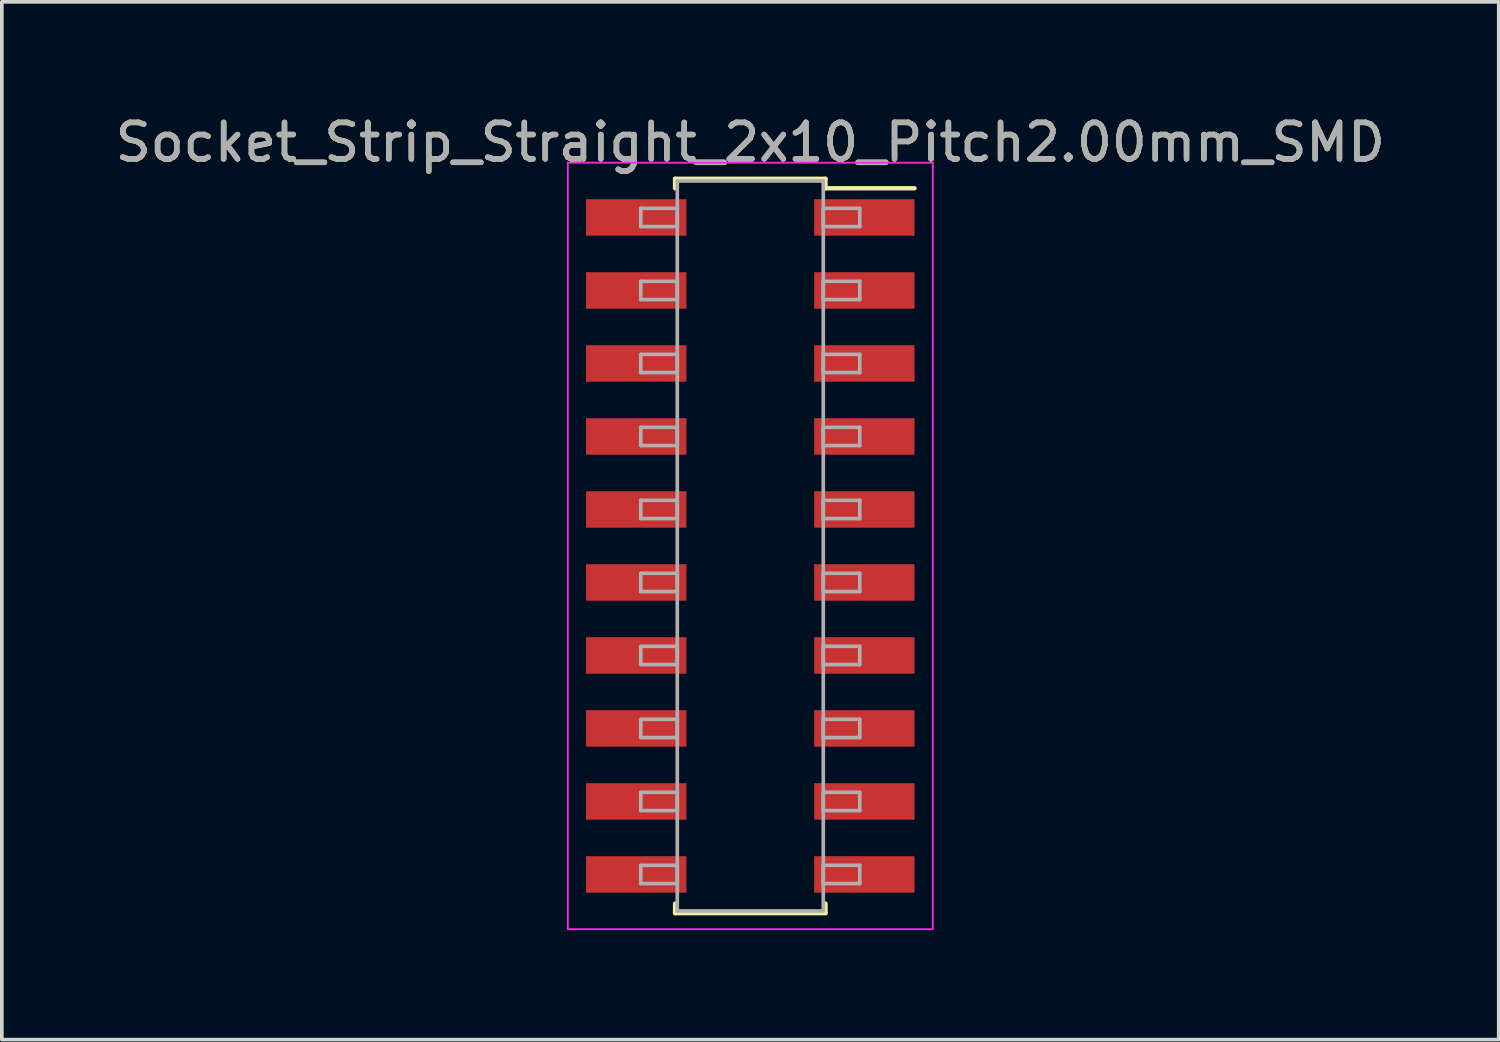
<source format=kicad_pcb>
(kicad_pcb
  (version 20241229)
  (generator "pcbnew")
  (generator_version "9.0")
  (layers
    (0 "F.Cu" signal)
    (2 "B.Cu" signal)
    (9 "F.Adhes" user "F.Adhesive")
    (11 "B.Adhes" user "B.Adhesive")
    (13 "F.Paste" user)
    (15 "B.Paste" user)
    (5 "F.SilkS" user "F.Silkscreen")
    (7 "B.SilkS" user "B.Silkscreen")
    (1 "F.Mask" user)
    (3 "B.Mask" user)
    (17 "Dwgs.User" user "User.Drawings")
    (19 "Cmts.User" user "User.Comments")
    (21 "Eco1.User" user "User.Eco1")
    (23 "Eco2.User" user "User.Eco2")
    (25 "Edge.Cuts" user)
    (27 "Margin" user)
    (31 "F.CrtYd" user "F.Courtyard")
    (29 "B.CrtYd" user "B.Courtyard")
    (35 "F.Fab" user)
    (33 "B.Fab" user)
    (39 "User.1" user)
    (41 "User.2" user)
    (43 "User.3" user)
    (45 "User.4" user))
  (footprint "Socket_Strip_Straight_2x10_Pitch2.00mm_SMD"
    (layer "F.Cu")
    (at 17.506 11.908)
    (property "Reference" "Socket_Strip_Straight_2x10_Pitch2.00mm_SMD" (at 0 -11.06 0) (layer "F.SilkS") (effects (font (size 1 1) (thickness 0.15))))
    (attr smd)
    (fp_line (start -2.06 -10.06) (end 2.06 -10.06) (stroke (width 0.12) (type solid)) (layer "F.SilkS"))
    (fp_line (start -2.06 -9.8) (end -2.06 -10.06) (stroke (width 0.12) (type solid)) (layer "F.SilkS"))
    (fp_line (start -2.06 9.8) (end -2.06 10.06) (stroke (width 0.12) (type solid)) (layer "F.SilkS"))
    (fp_line (start -2.06 10.06) (end 2.06 10.06) (stroke (width 0.12) (type solid)) (layer "F.SilkS"))
    (fp_line (start 2.06 -10.06) (end 2.06 -9.8) (stroke (width 0.12) (type solid)) (layer "F.SilkS"))
    (fp_line (start 2.06 10.06) (end 2.06 9.8) (stroke (width 0.12) (type solid)) (layer "F.SilkS"))
    (fp_line (start 4.5 -9.8) (end 2.06 -9.8) (stroke (width 0.12) (type solid)) (layer "F.SilkS"))
    (fp_line (start -5 -10.5) (end -5 10.5) (stroke (width 0.05) (type solid)) (layer "F.CrtYd"))
    (fp_line (start -5 10.5) (end 5 10.5) (stroke (width 0.05) (type solid)) (layer "F.CrtYd"))
    (fp_line (start 5 -10.5) (end -5 -10.5) (stroke (width 0.05) (type solid)) (layer "F.CrtYd"))
    (fp_line (start 5 10.5) (end 5 -10.5) (stroke (width 0.05) (type solid)) (layer "F.CrtYd"))
    (fp_line (start -3 -9.25) (end -2 -9.25) (stroke (width 0.1) (type solid)) (layer "F.Fab"))
    (fp_line (start -3 -8.75) (end -3 -9.25) (stroke (width 0.1) (type solid)) (layer "F.Fab"))
    (fp_line (start -3 -7.25) (end -2 -7.25) (stroke (width 0.1) (type solid)) (layer "F.Fab"))
    (fp_line (start -3 -6.75) (end -3 -7.25) (stroke (width 0.1) (type solid)) (layer "F.Fab"))
    (fp_line (start -3 -5.25) (end -2 -5.25) (stroke (width 0.1) (type solid)) (layer "F.Fab"))
    (fp_line (start -3 -4.75) (end -3 -5.25) (stroke (width 0.1) (type solid)) (layer "F.Fab"))
    (fp_line (start -3 -3.25) (end -2 -3.25) (stroke (width 0.1) (type solid)) (layer "F.Fab"))
    (fp_line (start -3 -2.75) (end -3 -3.25) (stroke (width 0.1) (type solid)) (layer "F.Fab"))
    (fp_line (start -3 -1.25) (end -2 -1.25) (stroke (width 0.1) (type solid)) (layer "F.Fab"))
    (fp_line (start -3 -0.75) (end -3 -1.25) (stroke (width 0.1) (type solid)) (layer "F.Fab"))
    (fp_line (start -3 0.75) (end -2 0.75) (stroke (width 0.1) (type solid)) (layer "F.Fab"))
    (fp_line (start -3 1.25) (end -3 0.75) (stroke (width 0.1) (type solid)) (layer "F.Fab"))
    (fp_line (start -3 2.75) (end -2 2.75) (stroke (width 0.1) (type solid)) (layer "F.Fab"))
    (fp_line (start -3 3.25) (end -3 2.75) (stroke (width 0.1) (type solid)) (layer "F.Fab"))
    (fp_line (start -3 4.75) (end -2 4.75) (stroke (width 0.1) (type solid)) (layer "F.Fab"))
    (fp_line (start -3 5.25) (end -3 4.75) (stroke (width 0.1) (type solid)) (layer "F.Fab"))
    (fp_line (start -3 6.75) (end -2 6.75) (stroke (width 0.1) (type solid)) (layer "F.Fab"))
    (fp_line (start -3 7.25) (end -3 6.75) (stroke (width 0.1) (type solid)) (layer "F.Fab"))
    (fp_line (start -3 8.75) (end -2 8.75) (stroke (width 0.1) (type solid)) (layer "F.Fab"))
    (fp_line (start -3 9.25) (end -3 8.75) (stroke (width 0.1) (type solid)) (layer "F.Fab"))
    (fp_line (start -2 -10) (end -2 10) (stroke (width 0.1) (type solid)) (layer "F.Fab"))
    (fp_line (start -2 -9.25) (end -2 -8.75) (stroke (width 0.1) (type solid)) (layer "F.Fab"))
    (fp_line (start -2 -8.75) (end -3 -8.75) (stroke (width 0.1) (type solid)) (layer "F.Fab"))
    (fp_line (start -2 -7.25) (end -2 -6.75) (stroke (width 0.1) (type solid)) (layer "F.Fab"))
    (fp_line (start -2 -6.75) (end -3 -6.75) (stroke (width 0.1) (type solid)) (layer "F.Fab"))
    (fp_line (start -2 -5.25) (end -2 -4.75) (stroke (width 0.1) (type solid)) (layer "F.Fab"))
    (fp_line (start -2 -4.75) (end -3 -4.75) (stroke (width 0.1) (type solid)) (layer "F.Fab"))
    (fp_line (start -2 -3.25) (end -2 -2.75) (stroke (width 0.1) (type solid)) (layer "F.Fab"))
    (fp_line (start -2 -2.75) (end -3 -2.75) (stroke (width 0.1) (type solid)) (layer "F.Fab"))
    (fp_line (start -2 -1.25) (end -2 -0.75) (stroke (width 0.1) (type solid)) (layer "F.Fab"))
    (fp_line (start -2 -0.75) (end -3 -0.75) (stroke (width 0.1) (type solid)) (layer "F.Fab"))
    (fp_line (start -2 0.75) (end -2 1.25) (stroke (width 0.1) (type solid)) (layer "F.Fab"))
    (fp_line (start -2 1.25) (end -3 1.25) (stroke (width 0.1) (type solid)) (layer "F.Fab"))
    (fp_line (start -2 2.75) (end -2 3.25) (stroke (width 0.1) (type solid)) (layer "F.Fab"))
    (fp_line (start -2 3.25) (end -3 3.25) (stroke (width 0.1) (type solid)) (layer "F.Fab"))
    (fp_line (start -2 4.75) (end -2 5.25) (stroke (width 0.1) (type solid)) (layer "F.Fab"))
    (fp_line (start -2 5.25) (end -3 5.25) (stroke (width 0.1) (type solid)) (layer "F.Fab"))
    (fp_line (start -2 6.75) (end -2 7.25) (stroke (width 0.1) (type solid)) (layer "F.Fab"))
    (fp_line (start -2 7.25) (end -3 7.25) (stroke (width 0.1) (type solid)) (layer "F.Fab"))
    (fp_line (start -2 8.75) (end -2 9.25) (stroke (width 0.1) (type solid)) (layer "F.Fab"))
    (fp_line (start -2 9.25) (end -3 9.25) (stroke (width 0.1) (type solid)) (layer "F.Fab"))
    (fp_line (start -2 10) (end 2 10) (stroke (width 0.1) (type solid)) (layer "F.Fab"))
    (fp_line (start 2 -10) (end -2 -10) (stroke (width 0.1) (type solid)) (layer "F.Fab"))
    (fp_line (start 2 -9.25) (end 2 -8.75) (stroke (width 0.1) (type solid)) (layer "F.Fab"))
    (fp_line (start 2 -8.75) (end 3 -8.75) (stroke (width 0.1) (type solid)) (layer "F.Fab"))
    (fp_line (start 2 -7.25) (end 2 -6.75) (stroke (width 0.1) (type solid)) (layer "F.Fab"))
    (fp_line (start 2 -6.75) (end 3 -6.75) (stroke (width 0.1) (type solid)) (layer "F.Fab"))
    (fp_line (start 2 -5.25) (end 2 -4.75) (stroke (width 0.1) (type solid)) (layer "F.Fab"))
    (fp_line (start 2 -4.75) (end 3 -4.75) (stroke (width 0.1) (type solid)) (layer "F.Fab"))
    (fp_line (start 2 -3.25) (end 2 -2.75) (stroke (width 0.1) (type solid)) (layer "F.Fab"))
    (fp_line (start 2 -2.75) (end 3 -2.75) (stroke (width 0.1) (type solid)) (layer "F.Fab"))
    (fp_line (start 2 -1.25) (end 2 -0.75) (stroke (width 0.1) (type solid)) (layer "F.Fab"))
    (fp_line (start 2 -0.75) (end 3 -0.75) (stroke (width 0.1) (type solid)) (layer "F.Fab"))
    (fp_line (start 2 0.75) (end 2 1.25) (stroke (width 0.1) (type solid)) (layer "F.Fab"))
    (fp_line (start 2 1.25) (end 3 1.25) (stroke (width 0.1) (type solid)) (layer "F.Fab"))
    (fp_line (start 2 2.75) (end 2 3.25) (stroke (width 0.1) (type solid)) (layer "F.Fab"))
    (fp_line (start 2 3.25) (end 3 3.25) (stroke (width 0.1) (type solid)) (layer "F.Fab"))
    (fp_line (start 2 4.75) (end 2 5.25) (stroke (width 0.1) (type solid)) (layer "F.Fab"))
    (fp_line (start 2 5.25) (end 3 5.25) (stroke (width 0.1) (type solid)) (layer "F.Fab"))
    (fp_line (start 2 6.75) (end 2 7.25) (stroke (width 0.1) (type solid)) (layer "F.Fab"))
    (fp_line (start 2 7.25) (end 3 7.25) (stroke (width 0.1) (type solid)) (layer "F.Fab"))
    (fp_line (start 2 8.75) (end 2 9.25) (stroke (width 0.1) (type solid)) (layer "F.Fab"))
    (fp_line (start 2 9.25) (end 3 9.25) (stroke (width 0.1) (type solid)) (layer "F.Fab"))
    (fp_line (start 2 10) (end 2 -10) (stroke (width 0.1) (type solid)) (layer "F.Fab"))
    (fp_line (start 3 -9.25) (end 2 -9.25) (stroke (width 0.1) (type solid)) (layer "F.Fab"))
    (fp_line (start 3 -8.75) (end 3 -9.25) (stroke (width 0.1) (type solid)) (layer "F.Fab"))
    (fp_line (start 3 -7.25) (end 2 -7.25) (stroke (width 0.1) (type solid)) (layer "F.Fab"))
    (fp_line (start 3 -6.75) (end 3 -7.25) (stroke (width 0.1) (type solid)) (layer "F.Fab"))
    (fp_line (start 3 -5.25) (end 2 -5.25) (stroke (width 0.1) (type solid)) (layer "F.Fab"))
    (fp_line (start 3 -4.75) (end 3 -5.25) (stroke (width 0.1) (type solid)) (layer "F.Fab"))
    (fp_line (start 3 -3.25) (end 2 -3.25) (stroke (width 0.1) (type solid)) (layer "F.Fab"))
    (fp_line (start 3 -2.75) (end 3 -3.25) (stroke (width 0.1) (type solid)) (layer "F.Fab"))
    (fp_line (start 3 -1.25) (end 2 -1.25) (stroke (width 0.1) (type solid)) (layer "F.Fab"))
    (fp_line (start 3 -0.75) (end 3 -1.25) (stroke (width 0.1) (type solid)) (layer "F.Fab"))
    (fp_line (start 3 0.75) (end 2 0.75) (stroke (width 0.1) (type solid)) (layer "F.Fab"))
    (fp_line (start 3 1.25) (end 3 0.75) (stroke (width 0.1) (type solid)) (layer "F.Fab"))
    (fp_line (start 3 2.75) (end 2 2.75) (stroke (width 0.1) (type solid)) (layer "F.Fab"))
    (fp_line (start 3 3.25) (end 3 2.75) (stroke (width 0.1) (type solid)) (layer "F.Fab"))
    (fp_line (start 3 4.75) (end 2 4.75) (stroke (width 0.1) (type solid)) (layer "F.Fab"))
    (fp_line (start 3 5.25) (end 3 4.75) (stroke (width 0.1) (type solid)) (layer "F.Fab"))
    (fp_line (start 3 6.75) (end 2 6.75) (stroke (width 0.1) (type solid)) (layer "F.Fab"))
    (fp_line (start 3 7.25) (end 3 6.75) (stroke (width 0.1) (type solid)) (layer "F.Fab"))
    (fp_line (start 3 8.75) (end 2 8.75) (stroke (width 0.1) (type solid)) (layer "F.Fab"))
    (fp_line (start 3 9.25) (end 3 8.75) (stroke (width 0.1) (type solid)) (layer "F.Fab"))
    (fp_text user "${REFERENCE}" (at 0 -11.06 0) (layer "F.Fab") (effects (font (size 1 1) (thickness 0.15))))
    (pad "1" smd rect (at 3.125 -9) (size 2.75 1) (layers "F.Cu" "F.Mask" "F.Paste"))
    (pad "2" smd rect (at -3.125 -9) (size 2.75 1) (layers "F.Cu" "F.Mask" "F.Paste"))
    (pad "3" smd rect (at 3.125 -7) (size 2.75 1) (layers "F.Cu" "F.Mask" "F.Paste"))
    (pad "4" smd rect (at -3.125 -7) (size 2.75 1) (layers "F.Cu" "F.Mask" "F.Paste"))
    (pad "5" smd rect (at 3.125 -5) (size 2.75 1) (layers "F.Cu" "F.Mask" "F.Paste"))
    (pad "6" smd rect (at -3.125 -5) (size 2.75 1) (layers "F.Cu" "F.Mask" "F.Paste"))
    (pad "7" smd rect (at 3.125 -3) (size 2.75 1) (layers "F.Cu" "F.Mask" "F.Paste"))
    (pad "8" smd rect (at -3.125 -3) (size 2.75 1) (layers "F.Cu" "F.Mask" "F.Paste"))
    (pad "9" smd rect (at 3.125 -1) (size 2.75 1) (layers "F.Cu" "F.Mask" "F.Paste"))
    (pad "10" smd rect (at -3.125 -1) (size 2.75 1) (layers "F.Cu" "F.Mask" "F.Paste"))
    (pad "11" smd rect (at 3.125 1) (size 2.75 1) (layers "F.Cu" "F.Mask" "F.Paste"))
    (pad "12" smd rect (at -3.125 1) (size 2.75 1) (layers "F.Cu" "F.Mask" "F.Paste"))
    (pad "13" smd rect (at 3.125 3) (size 2.75 1) (layers "F.Cu" "F.Mask" "F.Paste"))
    (pad "14" smd rect (at -3.125 3) (size 2.75 1) (layers "F.Cu" "F.Mask" "F.Paste"))
    (pad "15" smd rect (at 3.125 5) (size 2.75 1) (layers "F.Cu" "F.Mask" "F.Paste"))
    (pad "16" smd rect (at -3.125 5) (size 2.75 1) (layers "F.Cu" "F.Mask" "F.Paste"))
    (pad "17" smd rect (at 3.125 7) (size 2.75 1) (layers "F.Cu" "F.Mask" "F.Paste"))
    (pad "18" smd rect (at -3.125 7) (size 2.75 1) (layers "F.Cu" "F.Mask" "F.Paste"))
    (pad "19" smd rect (at 3.125 9) (size 2.75 1) (layers "F.Cu" "F.Mask" "F.Paste"))
    (pad "20" smd rect (at -3.125 9) (size 2.75 1) (layers "F.Cu" "F.Mask" "F.Paste")))
  (gr_rect
    (start -3 -3)
    (end 38.012 25.433)
    (stroke (width 0.1) (type default))
    (fill no)
    (layer "Edge.Cuts")))
</source>
